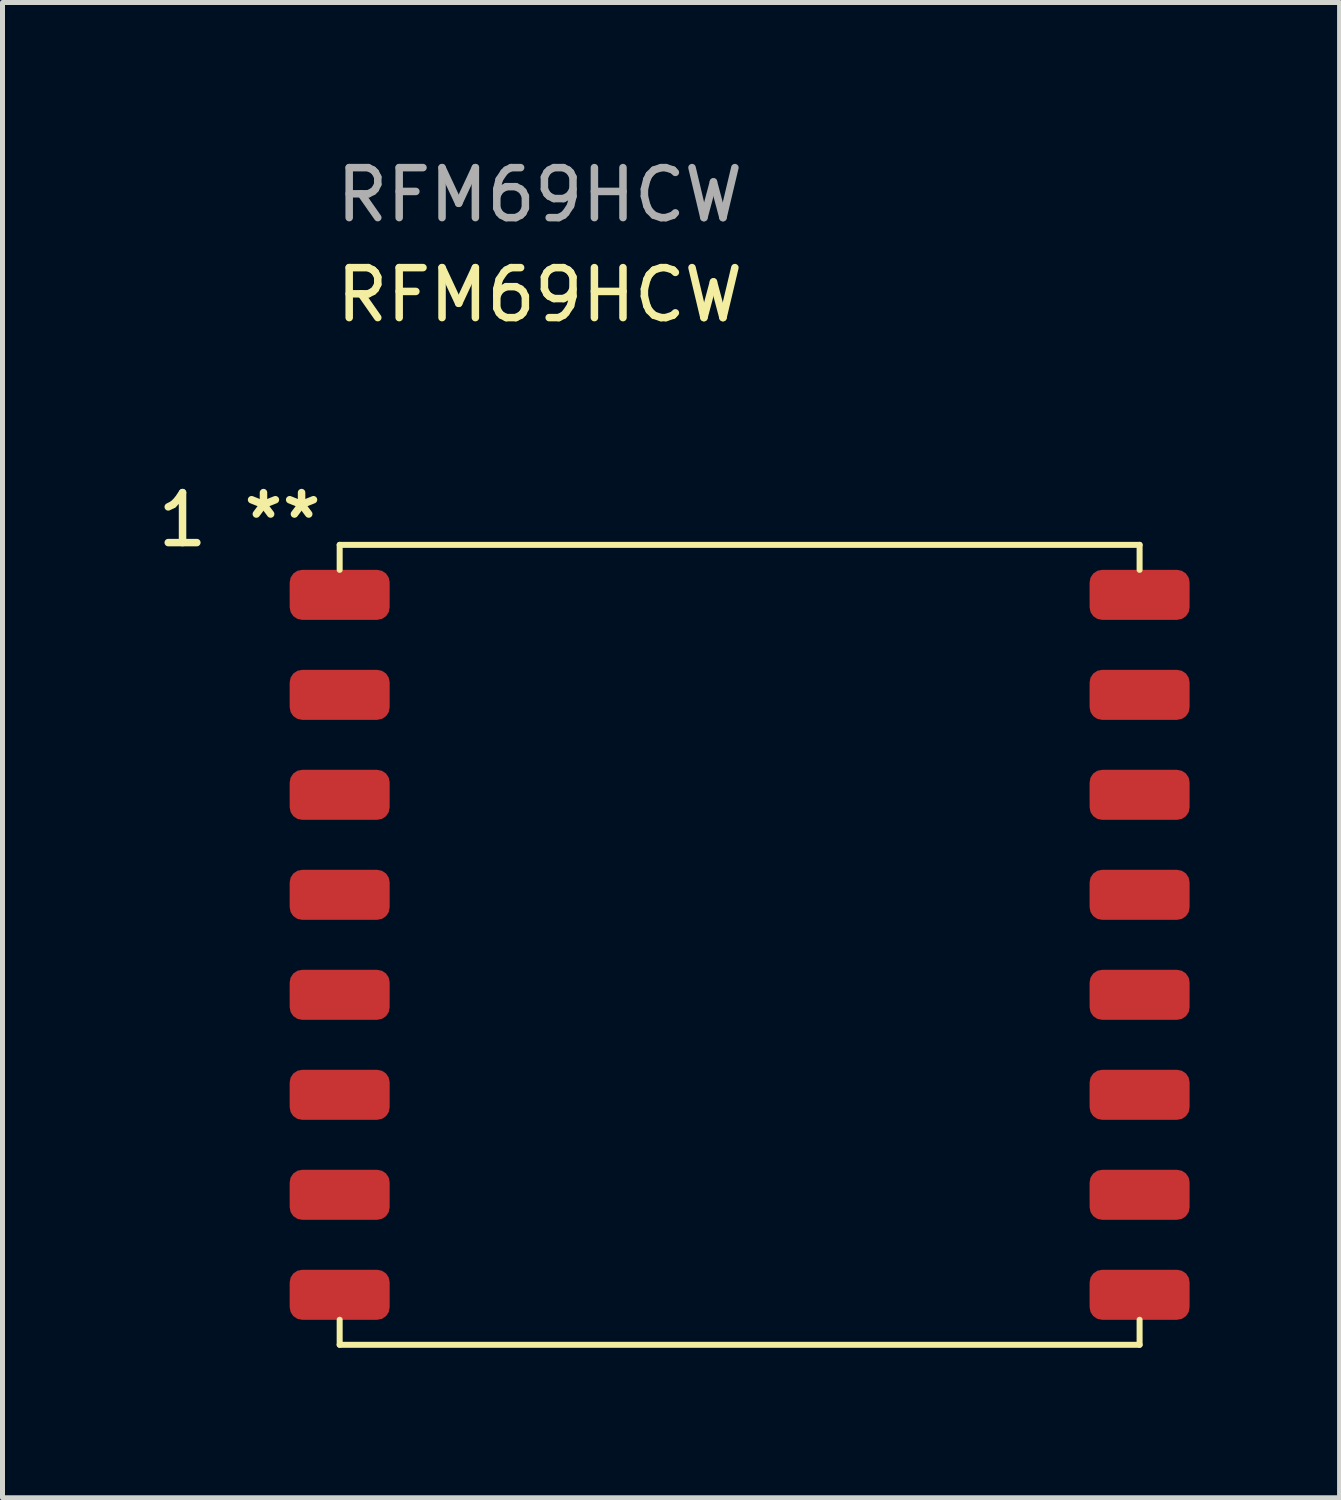
<source format=kicad_pcb>
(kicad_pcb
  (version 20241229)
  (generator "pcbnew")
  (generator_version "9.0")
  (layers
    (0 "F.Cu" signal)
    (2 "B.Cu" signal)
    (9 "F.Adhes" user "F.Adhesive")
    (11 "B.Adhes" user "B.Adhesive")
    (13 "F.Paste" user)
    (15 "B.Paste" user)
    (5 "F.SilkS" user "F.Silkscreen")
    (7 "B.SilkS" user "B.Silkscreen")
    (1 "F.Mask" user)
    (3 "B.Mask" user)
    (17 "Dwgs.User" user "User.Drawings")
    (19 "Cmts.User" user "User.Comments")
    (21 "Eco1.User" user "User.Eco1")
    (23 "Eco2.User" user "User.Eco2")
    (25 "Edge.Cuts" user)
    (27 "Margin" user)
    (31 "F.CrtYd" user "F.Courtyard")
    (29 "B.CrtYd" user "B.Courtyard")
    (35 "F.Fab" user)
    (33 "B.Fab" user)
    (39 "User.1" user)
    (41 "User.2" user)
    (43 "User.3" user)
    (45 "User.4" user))
  (footprint "RFM69HCW"
    (layer "F.Cu")
    (at 3.744 8.848)
    (property "Reference" "RFM69HCW" (at 4 -6 0) (unlocked yes) (layer "F.SilkS") (effects (font (size 1 1) (thickness 0.15))))
    (attr smd)
    (fp_line (start 0 -1) (end 0 -0.5) (stroke (width 0.12) (type solid)) (layer "F.SilkS"))
    (fp_line (start 0 -1) (end 16 -1) (stroke (width 0.12) (type solid)) (layer "F.SilkS"))
    (fp_line (start 0 14.5) (end 0 15) (stroke (width 0.12) (type solid)) (layer "F.SilkS"))
    (fp_line (start 0 15) (end 16 15) (stroke (width 0.12) (type solid)) (layer "F.SilkS"))
    (fp_line (start 16 -1) (end 16 -0.5) (stroke (width 0.12) (type solid)) (layer "F.SilkS"))
    (fp_line (start 16 15) (end 16 14.5) (stroke (width 0.12) (type solid)) (layer "F.SilkS"))
    (fp_text user "1 **" (at -2 -1.5 0) (unlocked yes) (layer "F.SilkS") (effects (font (size 1 1) (thickness 0.15))))
    (fp_text user "${REFERENCE}" (at 4 -8 0) (unlocked yes) (layer "F.Fab") (effects (font (size 1 1) (thickness 0.15))))
    (pad "1" smd roundrect (at 0 0) (size 2 1) (layers "F.Cu" "F.Mask" "F.Paste") (roundrect_rratio 0.25))
    (pad "2" smd roundrect (at 0 2) (size 2 1) (layers "F.Cu" "F.Mask" "F.Paste") (roundrect_rratio 0.25))
    (pad "3" smd roundrect (at 0 4) (size 2 1) (layers "F.Cu" "F.Mask" "F.Paste") (roundrect_rratio 0.25))
    (pad "4" smd roundrect (at 0 6) (size 2 1) (layers "F.Cu" "F.Mask" "F.Paste") (roundrect_rratio 0.25))
    (pad "5" smd roundrect (at 0 8) (size 2 1) (layers "F.Cu" "F.Mask" "F.Paste") (roundrect_rratio 0.25))
    (pad "6" smd roundrect (at 0 10) (size 2 1) (layers "F.Cu" "F.Mask" "F.Paste") (roundrect_rratio 0.25))
    (pad "7" smd roundrect (at 0 12) (size 2 1) (layers "F.Cu" "F.Mask" "F.Paste") (roundrect_rratio 0.25))
    (pad "8" smd roundrect (at 0 14) (size 2 1) (layers "F.Cu" "F.Mask" "F.Paste") (roundrect_rratio 0.25))
    (pad "9" smd roundrect (at 16 14) (size 2 1) (layers "F.Cu" "F.Mask" "F.Paste") (roundrect_rratio 0.25))
    (pad "10" smd roundrect (at 16 12) (size 2 1) (layers "F.Cu" "F.Mask" "F.Paste") (roundrect_rratio 0.25))
    (pad "11" smd roundrect (at 16 10) (size 2 1) (layers "F.Cu" "F.Mask" "F.Paste") (roundrect_rratio 0.25))
    (pad "12" smd roundrect (at 16 8) (size 2 1) (layers "F.Cu" "F.Mask" "F.Paste") (roundrect_rratio 0.25))
    (pad "13" smd roundrect (at 16 6) (size 2 1) (layers "F.Cu" "F.Mask" "F.Paste") (roundrect_rratio 0.25))
    (pad "14" smd roundrect (at 16 4) (size 2 1) (layers "F.Cu" "F.Mask" "F.Paste") (roundrect_rratio 0.25))
    (pad "15" smd roundrect (at 16 2) (size 2 1) (layers "F.Cu" "F.Mask" "F.Paste") (roundrect_rratio 0.25))
    (pad "16" smd roundrect (at 16 0) (size 2 1) (layers "F.Cu" "F.Mask" "F.Paste") (roundrect_rratio 0.25)))
  (gr_rect
    (start -3 -3)
    (end 23.744 26.908)
    (stroke (width 0.1) (type default))
    (fill no)
    (layer "Edge.Cuts")))
</source>
